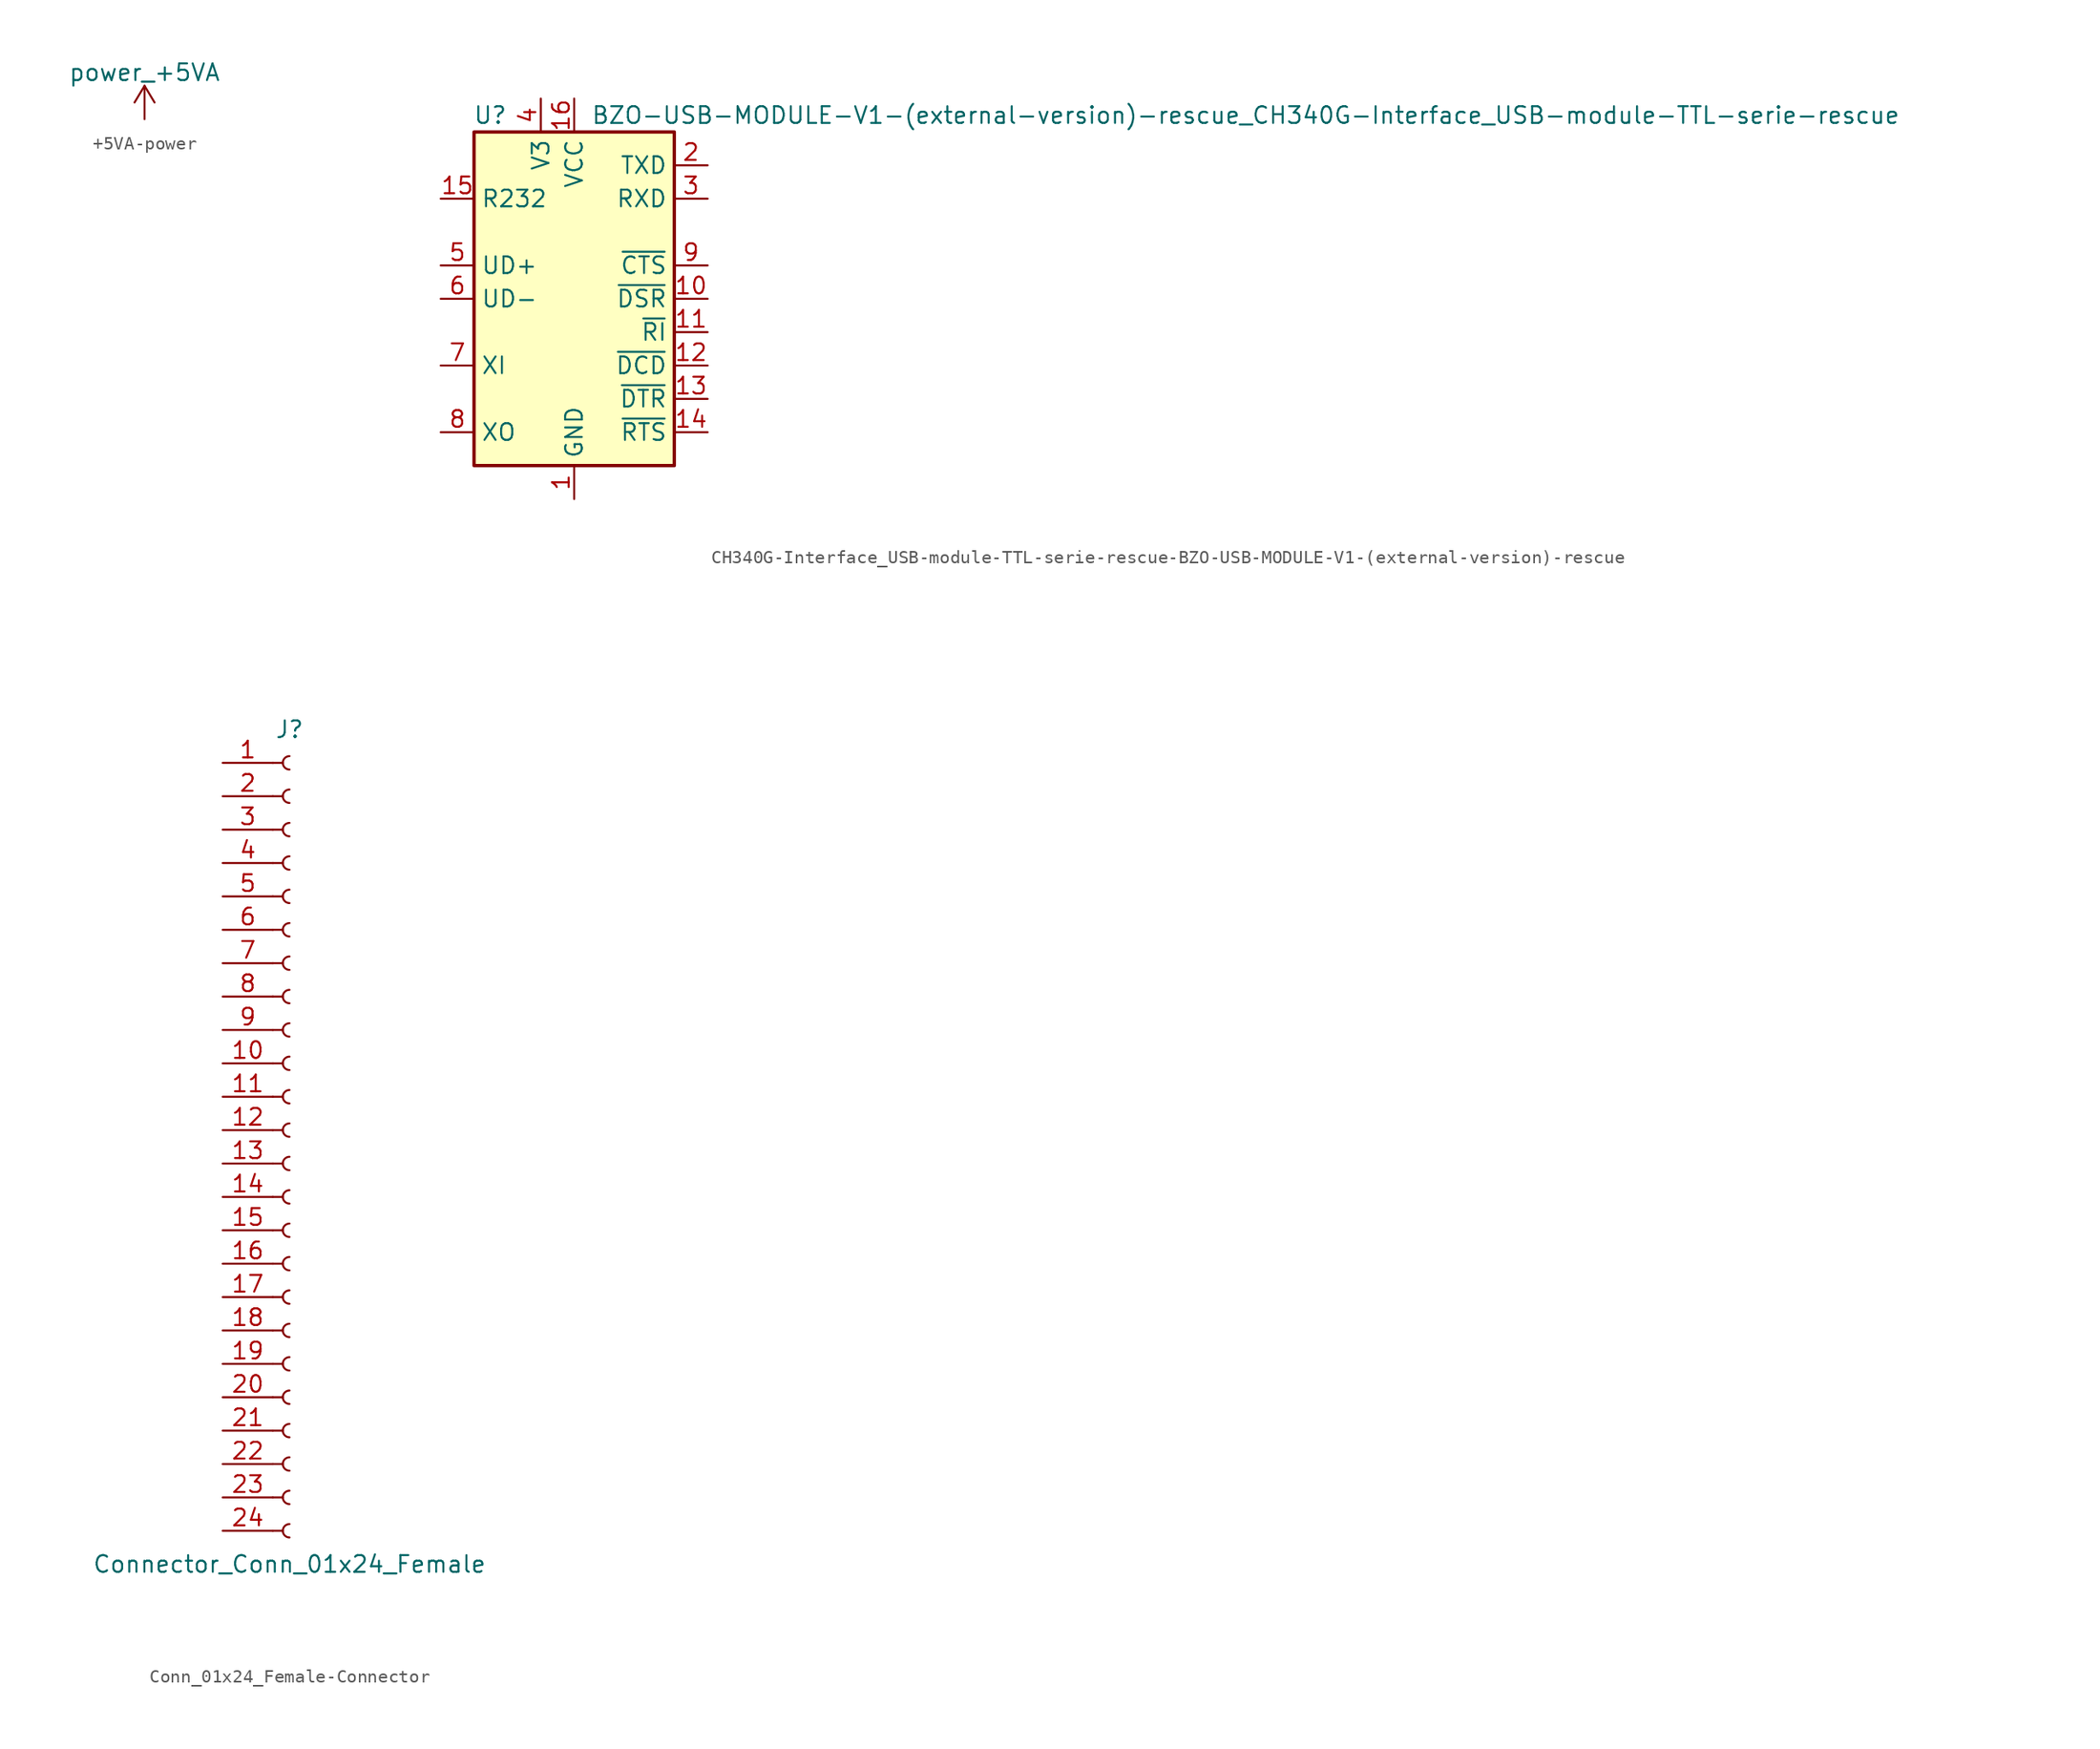
<source format=kicad_sym>
(kicad_symbol_lib
  (version 20231120)
  (generator "kicad_symbol_editor")
  (generator_version "8.0")
  (symbol "+5VA-power"
    (power)
    (pin_names
      (offset 0))
    (property "Reference" "#PWR"
      (at 0 -3.81 0)
      (effects (font (size 1.27 1.27)) (hide yes)))
    (property "Value" "power_+5VA"
      (at 0 3.556 0)
      (effects (font (size 1.27 1.27))))
    (symbol "+5VA-power_0_1"
      (polyline (pts (xy -0.762 1.27) (xy 0 2.54)) (stroke (width 0) (type solid)) (fill (type none)))
      (polyline (pts (xy 0 0) (xy 0 2.54)) (stroke (width 0) (type solid)) (fill (type none)))
      (polyline (pts (xy 0 2.54) (xy 0.762 1.27)) (stroke (width 0) (type solid)) (fill (type none))))
    (symbol "+5VA-power_1_1"
      (pin power_in line (at 0 0 90) (length 0) hide (name "+5VA" (effects (font (size 1.27 1.27)))) (number "1" (effects (font (size 1.27 1.27)))))))
  (symbol "CH340G-Interface_USB-module-TTL-serie-rescue-BZO-USB-MODULE-V1-(external-version)-rescue"
    (property "Reference" "U"
      (at -5.08 13.97 0)
      (effects (font (size 1.27 1.27)) (justify right)))
    (property "Value" "BZO-USB-MODULE-V1-(external-version)-rescue_CH340G-Interface_USB-module-TTL-serie-rescue"
      (at 1.27 13.97 0)
      (effects (font (size 1.27 1.27)) (justify left)))
    (symbol "CH340G-Interface_USB-module-TTL-serie-rescue-BZO-USB-MODULE-V1-(external-version)-rescue_0_1"
      (rectangle (start -7.62 12.7) (end 7.62 -12.7) (stroke (width 0.254) (type solid)) (fill (type background))))
    (symbol "CH340G-Interface_USB-module-TTL-serie-rescue-BZO-USB-MODULE-V1-(external-version)-rescue_1_1"
      (pin power_in line (at 0 -15.24 90) (length 2.54) (name "GND" (effects (font (size 1.27 1.27)))) (number "1" (effects (font (size 1.27 1.27)))))
      (pin input line (at 10.16 0 180) (length 2.54) (name "~{DSR}" (effects (font (size 1.27 1.27)))) (number "10" (effects (font (size 1.27 1.27)))))
      (pin input line (at 10.16 -2.54 180) (length 2.54) (name "~{RI}" (effects (font (size 1.27 1.27)))) (number "11" (effects (font (size 1.27 1.27)))))
      (pin input line (at 10.16 -5.08 180) (length 2.54) (name "~{DCD}" (effects (font (size 1.27 1.27)))) (number "12" (effects (font (size 1.27 1.27)))))
      (pin output line (at 10.16 -7.62 180) (length 2.54) (name "~{DTR}" (effects (font (size 1.27 1.27)))) (number "13" (effects (font (size 1.27 1.27)))))
      (pin output line (at 10.16 -10.16 180) (length 2.54) (name "~{RTS}" (effects (font (size 1.27 1.27)))) (number "14" (effects (font (size 1.27 1.27)))))
      (pin input line (at -10.16 7.62 0) (length 2.54) (name "R232" (effects (font (size 1.27 1.27)))) (number "15" (effects (font (size 1.27 1.27)))))
      (pin power_in line (at 0 15.24 270) (length 2.54) (name "VCC" (effects (font (size 1.27 1.27)))) (number "16" (effects (font (size 1.27 1.27)))))
      (pin output line (at 10.16 10.16 180) (length 2.54) (name "TXD" (effects (font (size 1.27 1.27)))) (number "2" (effects (font (size 1.27 1.27)))))
      (pin input line (at 10.16 7.62 180) (length 2.54) (name "RXD" (effects (font (size 1.27 1.27)))) (number "3" (effects (font (size 1.27 1.27)))))
      (pin passive line (at -2.54 15.24 270) (length 2.54) (name "V3" (effects (font (size 1.27 1.27)))) (number "4" (effects (font (size 1.27 1.27)))))
      (pin bidirectional line (at -10.16 2.54 0) (length 2.54) (name "UD+" (effects (font (size 1.27 1.27)))) (number "5" (effects (font (size 1.27 1.27)))))
      (pin bidirectional line (at -10.16 0 0) (length 2.54) (name "UD-" (effects (font (size 1.27 1.27)))) (number "6" (effects (font (size 1.27 1.27)))))
      (pin input line (at -10.16 -5.08 0) (length 2.54) (name "XI" (effects (font (size 1.27 1.27)))) (number "7" (effects (font (size 1.27 1.27)))))
      (pin output line (at -10.16 -10.16 0) (length 2.54) (name "XO" (effects (font (size 1.27 1.27)))) (number "8" (effects (font (size 1.27 1.27)))))
      (pin input line (at 10.16 2.54 180) (length 2.54) (name "~{CTS}" (effects (font (size 1.27 1.27)))) (number "9" (effects (font (size 1.27 1.27)))))))
  (symbol "Conn_01x24_Female-Connector"
    (pin_names
      (offset 1.016) hide)
    (property "Reference" "J"
      (at 0 30.48 0)
      (effects (font (size 1.27 1.27))))
    (property "Value" "Connector_Conn_01x24_Female"
      (at 0 -33.02 0)
      (effects (font (size 1.27 1.27))))
    (symbol "Conn_01x24_Female-Connector_1_1"
      (arc (start 0 -29.972) (mid -0.508 -30.48) (end 0 -30.988) (stroke (width 0.1524) (type solid)) (fill (type none)))
      (arc (start 0 -27.432) (mid -0.508 -27.94) (end 0 -28.448) (stroke (width 0.1524) (type solid)) (fill (type none)))
      (arc (start 0 -24.892) (mid -0.508 -25.4) (end 0 -25.908) (stroke (width 0.1524) (type solid)) (fill (type none)))
      (arc (start 0 -22.352) (mid -0.508 -22.86) (end 0 -23.368) (stroke (width 0.1524) (type solid)) (fill (type none)))
      (arc (start 0 -19.812) (mid -0.508 -20.32) (end 0 -20.828) (stroke (width 0.1524) (type solid)) (fill (type none)))
      (arc (start 0 -17.272) (mid -0.508 -17.78) (end 0 -18.288) (stroke (width 0.1524) (type solid)) (fill (type none)))
      (arc (start 0 -14.732) (mid -0.508 -15.24) (end 0 -15.748) (stroke (width 0.1524) (type solid)) (fill (type none)))
      (arc (start 0 -12.192) (mid -0.508 -12.7) (end 0 -13.208) (stroke (width 0.1524) (type solid)) (fill (type none)))
      (arc (start 0 -9.652) (mid -0.508 -10.16) (end 0 -10.668) (stroke (width 0.1524) (type solid)) (fill (type none)))
      (arc (start 0 -7.112) (mid -0.508 -7.62) (end 0 -8.128) (stroke (width 0.1524) (type solid)) (fill (type none)))
      (arc (start 0 -4.572) (mid -0.508 -5.08) (end 0 -5.588) (stroke (width 0.1524) (type solid)) (fill (type none)))
      (arc (start 0 -2.032) (mid -0.508 -2.54) (end 0 -3.048) (stroke (width 0.1524) (type solid)) (fill (type none)))
      (polyline (pts (xy -1.27 -30.48) (xy -0.508 -30.48)) (stroke (width 0.152) (type solid)) (fill (type none)))
      (polyline (pts (xy -1.27 -27.94) (xy -0.508 -27.94)) (stroke (width 0.152) (type solid)) (fill (type none)))
      (polyline (pts (xy -1.27 -25.4) (xy -0.508 -25.4)) (stroke (width 0.152) (type solid)) (fill (type none)))
      (polyline (pts (xy -1.27 -22.86) (xy -0.508 -22.86)) (stroke (width 0.152) (type solid)) (fill (type none)))
      (polyline (pts (xy -1.27 -20.32) (xy -0.508 -20.32)) (stroke (width 0.152) (type solid)) (fill (type none)))
      (polyline (pts (xy -1.27 -17.78) (xy -0.508 -17.78)) (stroke (width 0.152) (type solid)) (fill (type none)))
      (polyline (pts (xy -1.27 -15.24) (xy -0.508 -15.24)) (stroke (width 0.152) (type solid)) (fill (type none)))
      (polyline (pts (xy -1.27 -12.7) (xy -0.508 -12.7)) (stroke (width 0.152) (type solid)) (fill (type none)))
      (polyline (pts (xy -1.27 -10.16) (xy -0.508 -10.16)) (stroke (width 0.152) (type solid)) (fill (type none)))
      (polyline (pts (xy -1.27 -7.62) (xy -0.508 -7.62)) (stroke (width 0.152) (type solid)) (fill (type none)))
      (polyline (pts (xy -1.27 -5.08) (xy -0.508 -5.08)) (stroke (width 0.152) (type solid)) (fill (type none)))
      (polyline (pts (xy -1.27 -2.54) (xy -0.508 -2.54)) (stroke (width 0.152) (type solid)) (fill (type none)))
      (polyline (pts (xy -1.27 0) (xy -0.508 0)) (stroke (width 0.152) (type solid)) (fill (type none)))
      (polyline (pts (xy -1.27 2.54) (xy -0.508 2.54)) (stroke (width 0.152) (type solid)) (fill (type none)))
      (polyline (pts (xy -1.27 5.08) (xy -0.508 5.08)) (stroke (width 0.152) (type solid)) (fill (type none)))
      (polyline (pts (xy -1.27 7.62) (xy -0.508 7.62)) (stroke (width 0.152) (type solid)) (fill (type none)))
      (polyline (pts (xy -1.27 10.16) (xy -0.508 10.16)) (stroke (width 0.152) (type solid)) (fill (type none)))
      (polyline (pts (xy -1.27 12.7) (xy -0.508 12.7)) (stroke (width 0.152) (type solid)) (fill (type none)))
      (polyline (pts (xy -1.27 15.24) (xy -0.508 15.24)) (stroke (width 0.152) (type solid)) (fill (type none)))
      (polyline (pts (xy -1.27 17.78) (xy -0.508 17.78)) (stroke (width 0.152) (type solid)) (fill (type none)))
      (polyline (pts (xy -1.27 20.32) (xy -0.508 20.32)) (stroke (width 0.152) (type solid)) (fill (type none)))
      (polyline (pts (xy -1.27 22.86) (xy -0.508 22.86)) (stroke (width 0.152) (type solid)) (fill (type none)))
      (polyline (pts (xy -1.27 25.4) (xy -0.508 25.4)) (stroke (width 0.152) (type solid)) (fill (type none)))
      (polyline (pts (xy -1.27 27.94) (xy -0.508 27.94)) (stroke (width 0.152) (type solid)) (fill (type none)))
      (arc (start 0 0.508) (mid -0.508 0) (end 0 -0.508) (stroke (width 0.1524) (type solid)) (fill (type none)))
      (arc (start 0 3.048) (mid -0.508 2.54) (end 0 2.032) (stroke (width 0.1524) (type solid)) (fill (type none)))
      (arc (start 0 5.588) (mid -0.508 5.08) (end 0 4.572) (stroke (width 0.1524) (type solid)) (fill (type none)))
      (arc (start 0 8.128) (mid -0.508 7.62) (end 0 7.112) (stroke (width 0.1524) (type solid)) (fill (type none)))
      (arc (start 0 10.668) (mid -0.508 10.16) (end 0 9.652) (stroke (width 0.1524) (type solid)) (fill (type none)))
      (arc (start 0 13.208) (mid -0.508 12.7) (end 0 12.192) (stroke (width 0.1524) (type solid)) (fill (type none)))
      (arc (start 0 15.748) (mid -0.508 15.24) (end 0 14.732) (stroke (width 0.1524) (type solid)) (fill (type none)))
      (arc (start 0 18.288) (mid -0.508 17.78) (end 0 17.272) (stroke (width 0.1524) (type solid)) (fill (type none)))
      (arc (start 0 20.828) (mid -0.508 20.32) (end 0 19.812) (stroke (width 0.1524) (type solid)) (fill (type none)))
      (arc (start 0 23.368) (mid -0.508 22.86) (end 0 22.352) (stroke (width 0.1524) (type solid)) (fill (type none)))
      (arc (start 0 25.908) (mid -0.508 25.4) (end 0 24.892) (stroke (width 0.1524) (type solid)) (fill (type none)))
      (arc (start 0 28.448) (mid -0.508 27.94) (end 0 27.432) (stroke (width 0.1524) (type solid)) (fill (type none)))
      (pin passive line (at -5.08 27.94 0) (length 3.81) (name "Pin_1" (effects (font (size 1.27 1.27)))) (number "1" (effects (font (size 1.27 1.27)))))
      (pin passive line (at -5.08 5.08 0) (length 3.81) (name "Pin_10" (effects (font (size 1.27 1.27)))) (number "10" (effects (font (size 1.27 1.27)))))
      (pin passive line (at -5.08 2.54 0) (length 3.81) (name "Pin_11" (effects (font (size 1.27 1.27)))) (number "11" (effects (font (size 1.27 1.27)))))
      (pin passive line (at -5.08 0 0) (length 3.81) (name "Pin_12" (effects (font (size 1.27 1.27)))) (number "12" (effects (font (size 1.27 1.27)))))
      (pin passive line (at -5.08 -2.54 0) (length 3.81) (name "Pin_13" (effects (font (size 1.27 1.27)))) (number "13" (effects (font (size 1.27 1.27)))))
      (pin passive line (at -5.08 -5.08 0) (length 3.81) (name "Pin_14" (effects (font (size 1.27 1.27)))) (number "14" (effects (font (size 1.27 1.27)))))
      (pin passive line (at -5.08 -7.62 0) (length 3.81) (name "Pin_15" (effects (font (size 1.27 1.27)))) (number "15" (effects (font (size 1.27 1.27)))))
      (pin passive line (at -5.08 -10.16 0) (length 3.81) (name "Pin_16" (effects (font (size 1.27 1.27)))) (number "16" (effects (font (size 1.27 1.27)))))
      (pin passive line (at -5.08 -12.7 0) (length 3.81) (name "Pin_17" (effects (font (size 1.27 1.27)))) (number "17" (effects (font (size 1.27 1.27)))))
      (pin passive line (at -5.08 -15.24 0) (length 3.81) (name "Pin_18" (effects (font (size 1.27 1.27)))) (number "18" (effects (font (size 1.27 1.27)))))
      (pin passive line (at -5.08 -17.78 0) (length 3.81) (name "Pin_19" (effects (font (size 1.27 1.27)))) (number "19" (effects (font (size 1.27 1.27)))))
      (pin passive line (at -5.08 25.4 0) (length 3.81) (name "Pin_2" (effects (font (size 1.27 1.27)))) (number "2" (effects (font (size 1.27 1.27)))))
      (pin passive line (at -5.08 -20.32 0) (length 3.81) (name "Pin_20" (effects (font (size 1.27 1.27)))) (number "20" (effects (font (size 1.27 1.27)))))
      (pin passive line (at -5.08 -22.86 0) (length 3.81) (name "Pin_21" (effects (font (size 1.27 1.27)))) (number "21" (effects (font (size 1.27 1.27)))))
      (pin passive line (at -5.08 -25.4 0) (length 3.81) (name "Pin_22" (effects (font (size 1.27 1.27)))) (number "22" (effects (font (size 1.27 1.27)))))
      (pin passive line (at -5.08 -27.94 0) (length 3.81) (name "Pin_23" (effects (font (size 1.27 1.27)))) (number "23" (effects (font (size 1.27 1.27)))))
      (pin passive line (at -5.08 -30.48 0) (length 3.81) (name "Pin_24" (effects (font (size 1.27 1.27)))) (number "24" (effects (font (size 1.27 1.27)))))
      (pin passive line (at -5.08 22.86 0) (length 3.81) (name "Pin_3" (effects (font (size 1.27 1.27)))) (number "3" (effects (font (size 1.27 1.27)))))
      (pin passive line (at -5.08 20.32 0) (length 3.81) (name "Pin_4" (effects (font (size 1.27 1.27)))) (number "4" (effects (font (size 1.27 1.27)))))
      (pin passive line (at -5.08 17.78 0) (length 3.81) (name "Pin_5" (effects (font (size 1.27 1.27)))) (number "5" (effects (font (size 1.27 1.27)))))
      (pin passive line (at -5.08 15.24 0) (length 3.81) (name "Pin_6" (effects (font (size 1.27 1.27)))) (number "6" (effects (font (size 1.27 1.27)))))
      (pin passive line (at -5.08 12.7 0) (length 3.81) (name "Pin_7" (effects (font (size 1.27 1.27)))) (number "7" (effects (font (size 1.27 1.27)))))
      (pin passive line (at -5.08 10.16 0) (length 3.81) (name "Pin_8" (effects (font (size 1.27 1.27)))) (number "8" (effects (font (size 1.27 1.27)))))
      (pin passive line (at -5.08 7.62 0) (length 3.81) (name "Pin_9" (effects (font (size 1.27 1.27)))) (number "9" (effects (font (size 1.27 1.27))))))))
</source>
